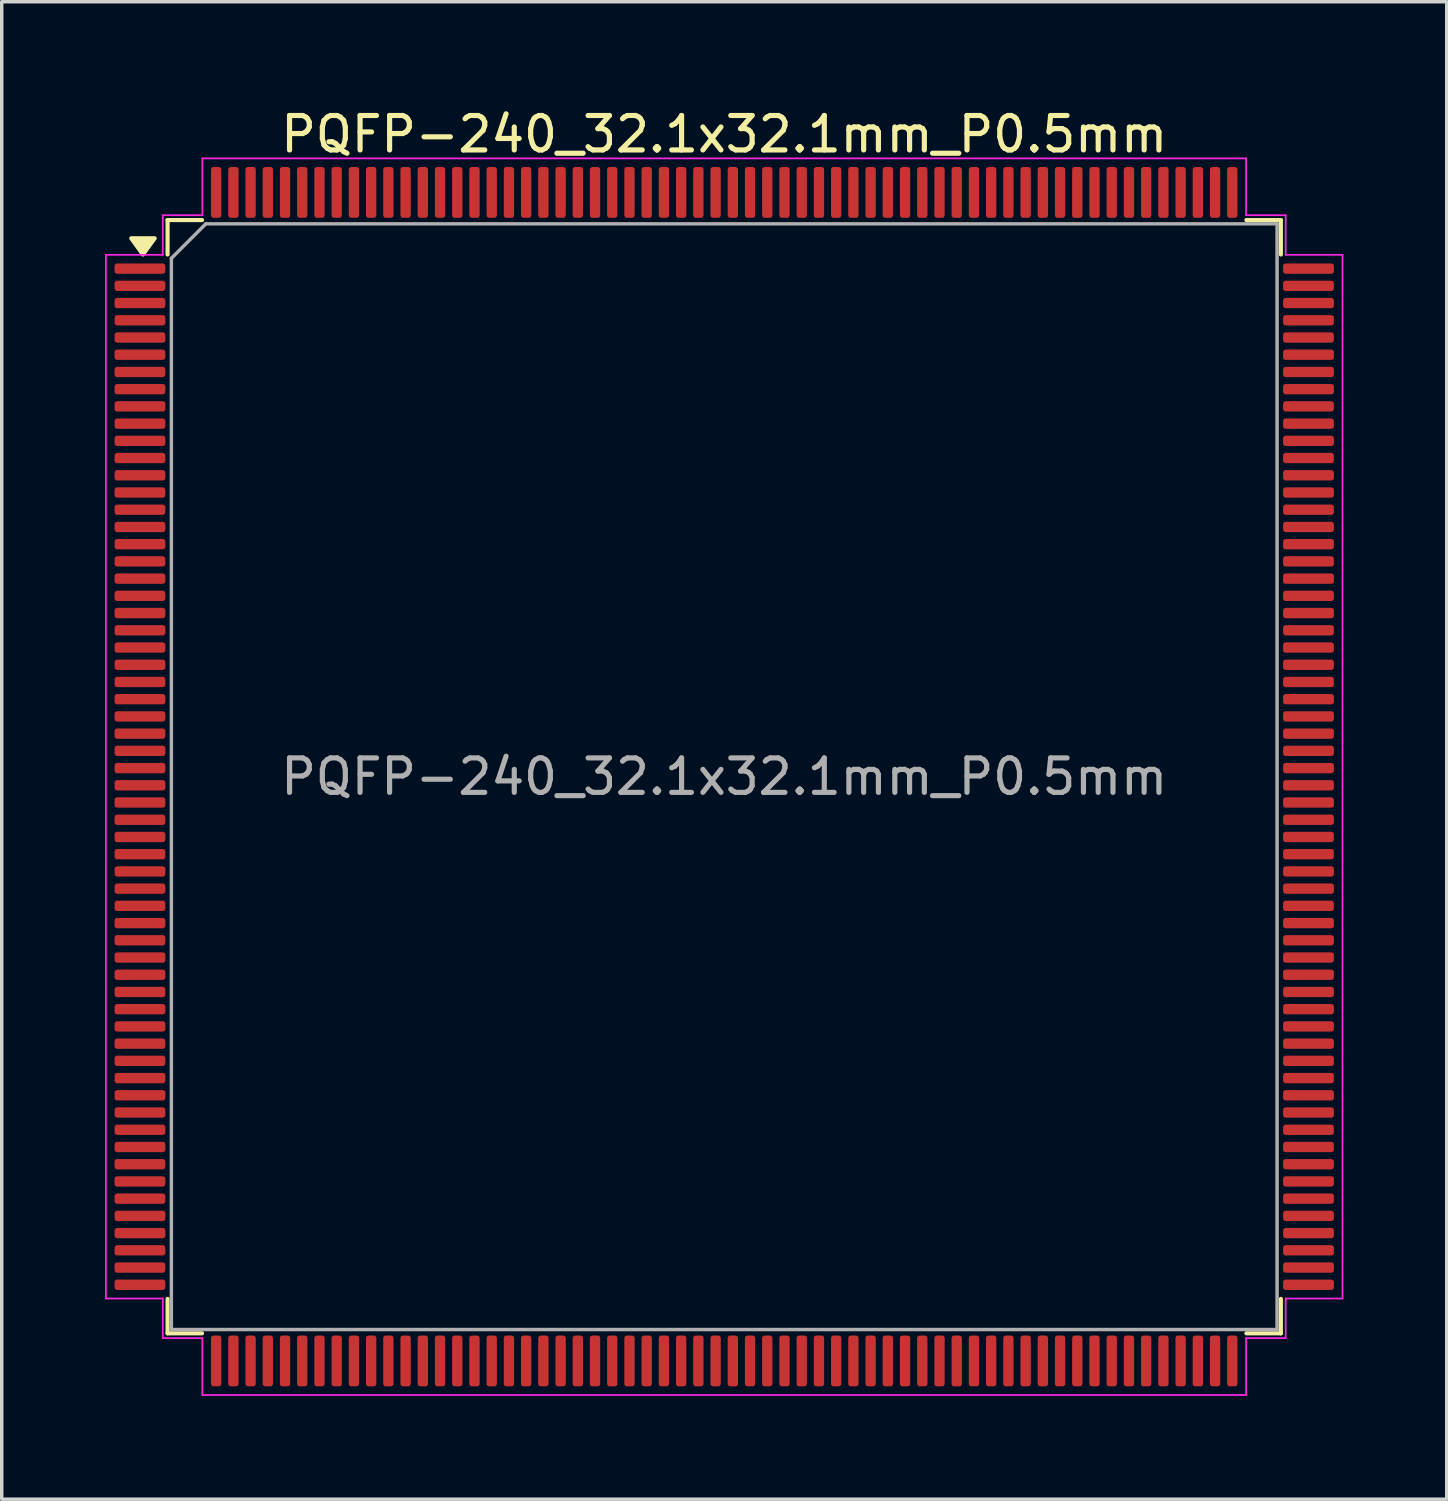
<source format=kicad_pcb>
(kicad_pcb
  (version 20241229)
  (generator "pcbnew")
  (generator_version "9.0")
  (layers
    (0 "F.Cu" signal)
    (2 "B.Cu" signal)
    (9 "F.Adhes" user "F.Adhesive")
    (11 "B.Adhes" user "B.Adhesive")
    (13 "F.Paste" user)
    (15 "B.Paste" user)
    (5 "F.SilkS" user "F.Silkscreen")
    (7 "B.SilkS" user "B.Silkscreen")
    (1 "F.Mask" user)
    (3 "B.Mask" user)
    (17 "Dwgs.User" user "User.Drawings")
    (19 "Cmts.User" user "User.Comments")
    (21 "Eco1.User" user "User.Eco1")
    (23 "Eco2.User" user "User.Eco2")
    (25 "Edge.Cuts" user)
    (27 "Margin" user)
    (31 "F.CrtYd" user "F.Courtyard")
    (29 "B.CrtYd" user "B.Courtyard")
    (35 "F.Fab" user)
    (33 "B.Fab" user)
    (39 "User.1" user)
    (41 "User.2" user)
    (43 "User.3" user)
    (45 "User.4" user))
  (footprint "PQFP-240_32.1x32.1mm_P0.5mm"
    (layer "F.Cu")
    (at 17.975 19.498)
    (property "Reference" "PQFP-240_32.1x32.1mm_P0.5mm" (at 0 -18.65 0) (layer "F.SilkS") (effects (font (size 1 1) (thickness 0.15))))
    (attr smd)
    (fp_line (start -16.16 -16.16) (end -16.16 -15.16) (stroke (width 0.12) (type solid)) (layer "F.SilkS"))
    (fp_line (start -16.16 16.16) (end -16.16 15.16) (stroke (width 0.12) (type solid)) (layer "F.SilkS"))
    (fp_line (start -15.16 -16.16) (end -16.16 -16.16) (stroke (width 0.12) (type solid)) (layer "F.SilkS"))
    (fp_line (start -15.16 16.16) (end -16.16 16.16) (stroke (width 0.12) (type solid)) (layer "F.SilkS"))
    (fp_line (start 15.16 -16.16) (end 16.16 -16.16) (stroke (width 0.12) (type solid)) (layer "F.SilkS"))
    (fp_line (start 15.16 16.16) (end 16.16 16.16) (stroke (width 0.12) (type solid)) (layer "F.SilkS"))
    (fp_line (start 16.16 -16.16) (end 16.16 -15.16) (stroke (width 0.12) (type solid)) (layer "F.SilkS"))
    (fp_line (start 16.16 16.16) (end 16.16 15.16) (stroke (width 0.12) (type solid)) (layer "F.SilkS"))
    (fp_poly (pts (xy -16.875 -15.16) (xy -17.215 -15.63) (xy -16.535 -15.63)) (stroke (width 0.12) (type solid)) (fill yes) (layer "F.SilkS"))
    (fp_line (start -17.95 -15.15) (end -16.3 -15.15) (stroke (width 0.05) (type solid)) (layer "F.CrtYd"))
    (fp_line (start -17.95 15.15) (end -17.95 -15.15) (stroke (width 0.05) (type solid)) (layer "F.CrtYd"))
    (fp_line (start -16.3 -16.3) (end -15.15 -16.3) (stroke (width 0.05) (type solid)) (layer "F.CrtYd"))
    (fp_line (start -16.3 -15.15) (end -16.3 -16.3) (stroke (width 0.05) (type solid)) (layer "F.CrtYd"))
    (fp_line (start -16.3 15.15) (end -17.95 15.15) (stroke (width 0.05) (type solid)) (layer "F.CrtYd"))
    (fp_line (start -16.3 16.3) (end -16.3 15.15) (stroke (width 0.05) (type solid)) (layer "F.CrtYd"))
    (fp_line (start -15.15 -17.95) (end 15.15 -17.95) (stroke (width 0.05) (type solid)) (layer "F.CrtYd"))
    (fp_line (start -15.15 -16.3) (end -15.15 -17.95) (stroke (width 0.05) (type solid)) (layer "F.CrtYd"))
    (fp_line (start -15.15 16.3) (end -16.3 16.3) (stroke (width 0.05) (type solid)) (layer "F.CrtYd"))
    (fp_line (start -15.15 17.95) (end -15.15 16.3) (stroke (width 0.05) (type solid)) (layer "F.CrtYd"))
    (fp_line (start 15.15 -17.95) (end 15.15 -16.3) (stroke (width 0.05) (type solid)) (layer "F.CrtYd"))
    (fp_line (start 15.15 -16.3) (end 16.3 -16.3) (stroke (width 0.05) (type solid)) (layer "F.CrtYd"))
    (fp_line (start 15.15 16.3) (end 15.15 17.95) (stroke (width 0.05) (type solid)) (layer "F.CrtYd"))
    (fp_line (start 15.15 17.95) (end -15.15 17.95) (stroke (width 0.05) (type solid)) (layer "F.CrtYd"))
    (fp_line (start 16.3 -16.3) (end 16.3 -15.15) (stroke (width 0.05) (type solid)) (layer "F.CrtYd"))
    (fp_line (start 16.3 -15.15) (end 17.95 -15.15) (stroke (width 0.05) (type solid)) (layer "F.CrtYd"))
    (fp_line (start 16.3 15.15) (end 16.3 16.3) (stroke (width 0.05) (type solid)) (layer "F.CrtYd"))
    (fp_line (start 16.3 16.3) (end 15.15 16.3) (stroke (width 0.05) (type solid)) (layer "F.CrtYd"))
    (fp_line (start 17.95 -15.15) (end 17.95 15.15) (stroke (width 0.05) (type solid)) (layer "F.CrtYd"))
    (fp_line (start 17.95 15.15) (end 16.3 15.15) (stroke (width 0.05) (type solid)) (layer "F.CrtYd"))
    (fp_line (start -16.05 -15.05) (end -15.05 -16.05) (stroke (width 0.1) (type solid)) (layer "F.Fab"))
    (fp_line (start -16.05 16.05) (end -16.05 -15.05) (stroke (width 0.1) (type solid)) (layer "F.Fab"))
    (fp_line (start -15.05 -16.05) (end 16.05 -16.05) (stroke (width 0.1) (type solid)) (layer "F.Fab"))
    (fp_line (start 16.05 -16.05) (end 16.05 16.05) (stroke (width 0.1) (type solid)) (layer "F.Fab"))
    (fp_line (start 16.05 16.05) (end -16.05 16.05) (stroke (width 0.1) (type solid)) (layer "F.Fab"))
    (fp_text user "${REFERENCE}" (at 0 0 0) (layer "F.Fab") (effects (font (size 1 1) (thickness 0.15))))
    (pad "1" smd roundrect (at -16.962 -14.75) (size 1.475 0.3) (layers "F.Cu" "F.Mask" "F.Paste") (roundrect_rratio 0.25))
    (pad "2" smd roundrect (at -16.962 -14.25) (size 1.475 0.3) (layers "F.Cu" "F.Mask" "F.Paste") (roundrect_rratio 0.25))
    (pad "3" smd roundrect (at -16.962 -13.75) (size 1.475 0.3) (layers "F.Cu" "F.Mask" "F.Paste") (roundrect_rratio 0.25))
    (pad "4" smd roundrect (at -16.962 -13.25) (size 1.475 0.3) (layers "F.Cu" "F.Mask" "F.Paste") (roundrect_rratio 0.25))
    (pad "5" smd roundrect (at -16.962 -12.75) (size 1.475 0.3) (layers "F.Cu" "F.Mask" "F.Paste") (roundrect_rratio 0.25))
    (pad "6" smd roundrect (at -16.962 -12.25) (size 1.475 0.3) (layers "F.Cu" "F.Mask" "F.Paste") (roundrect_rratio 0.25))
    (pad "7" smd roundrect (at -16.962 -11.75) (size 1.475 0.3) (layers "F.Cu" "F.Mask" "F.Paste") (roundrect_rratio 0.25))
    (pad "8" smd roundrect (at -16.962 -11.25) (size 1.475 0.3) (layers "F.Cu" "F.Mask" "F.Paste") (roundrect_rratio 0.25))
    (pad "9" smd roundrect (at -16.962 -10.75) (size 1.475 0.3) (layers "F.Cu" "F.Mask" "F.Paste") (roundrect_rratio 0.25))
    (pad "10" smd roundrect (at -16.962 -10.25) (size 1.475 0.3) (layers "F.Cu" "F.Mask" "F.Paste") (roundrect_rratio 0.25))
    (pad "11" smd roundrect (at -16.962 -9.75) (size 1.475 0.3) (layers "F.Cu" "F.Mask" "F.Paste") (roundrect_rratio 0.25))
    (pad "12" smd roundrect (at -16.962 -9.25) (size 1.475 0.3) (layers "F.Cu" "F.Mask" "F.Paste") (roundrect_rratio 0.25))
    (pad "13" smd roundrect (at -16.962 -8.75) (size 1.475 0.3) (layers "F.Cu" "F.Mask" "F.Paste") (roundrect_rratio 0.25))
    (pad "14" smd roundrect (at -16.962 -8.25) (size 1.475 0.3) (layers "F.Cu" "F.Mask" "F.Paste") (roundrect_rratio 0.25))
    (pad "15" smd roundrect (at -16.962 -7.75) (size 1.475 0.3) (layers "F.Cu" "F.Mask" "F.Paste") (roundrect_rratio 0.25))
    (pad "16" smd roundrect (at -16.962 -7.25) (size 1.475 0.3) (layers "F.Cu" "F.Mask" "F.Paste") (roundrect_rratio 0.25))
    (pad "17" smd roundrect (at -16.962 -6.75) (size 1.475 0.3) (layers "F.Cu" "F.Mask" "F.Paste") (roundrect_rratio 0.25))
    (pad "18" smd roundrect (at -16.962 -6.25) (size 1.475 0.3) (layers "F.Cu" "F.Mask" "F.Paste") (roundrect_rratio 0.25))
    (pad "19" smd roundrect (at -16.962 -5.75) (size 1.475 0.3) (layers "F.Cu" "F.Mask" "F.Paste") (roundrect_rratio 0.25))
    (pad "20" smd roundrect (at -16.962 -5.25) (size 1.475 0.3) (layers "F.Cu" "F.Mask" "F.Paste") (roundrect_rratio 0.25))
    (pad "21" smd roundrect (at -16.962 -4.75) (size 1.475 0.3) (layers "F.Cu" "F.Mask" "F.Paste") (roundrect_rratio 0.25))
    (pad "22" smd roundrect (at -16.962 -4.25) (size 1.475 0.3) (layers "F.Cu" "F.Mask" "F.Paste") (roundrect_rratio 0.25))
    (pad "23" smd roundrect (at -16.962 -3.75) (size 1.475 0.3) (layers "F.Cu" "F.Mask" "F.Paste") (roundrect_rratio 0.25))
    (pad "24" smd roundrect (at -16.962 -3.25) (size 1.475 0.3) (layers "F.Cu" "F.Mask" "F.Paste") (roundrect_rratio 0.25))
    (pad "25" smd roundrect (at -16.962 -2.75) (size 1.475 0.3) (layers "F.Cu" "F.Mask" "F.Paste") (roundrect_rratio 0.25))
    (pad "26" smd roundrect (at -16.962 -2.25) (size 1.475 0.3) (layers "F.Cu" "F.Mask" "F.Paste") (roundrect_rratio 0.25))
    (pad "27" smd roundrect (at -16.962 -1.75) (size 1.475 0.3) (layers "F.Cu" "F.Mask" "F.Paste") (roundrect_rratio 0.25))
    (pad "28" smd roundrect (at -16.962 -1.25) (size 1.475 0.3) (layers "F.Cu" "F.Mask" "F.Paste") (roundrect_rratio 0.25))
    (pad "29" smd roundrect (at -16.962 -0.75) (size 1.475 0.3) (layers "F.Cu" "F.Mask" "F.Paste") (roundrect_rratio 0.25))
    (pad "30" smd roundrect (at -16.962 -0.25) (size 1.475 0.3) (layers "F.Cu" "F.Mask" "F.Paste") (roundrect_rratio 0.25))
    (pad "31" smd roundrect (at -16.962 0.25) (size 1.475 0.3) (layers "F.Cu" "F.Mask" "F.Paste") (roundrect_rratio 0.25))
    (pad "32" smd roundrect (at -16.962 0.75) (size 1.475 0.3) (layers "F.Cu" "F.Mask" "F.Paste") (roundrect_rratio 0.25))
    (pad "33" smd roundrect (at -16.962 1.25) (size 1.475 0.3) (layers "F.Cu" "F.Mask" "F.Paste") (roundrect_rratio 0.25))
    (pad "34" smd roundrect (at -16.962 1.75) (size 1.475 0.3) (layers "F.Cu" "F.Mask" "F.Paste") (roundrect_rratio 0.25))
    (pad "35" smd roundrect (at -16.962 2.25) (size 1.475 0.3) (layers "F.Cu" "F.Mask" "F.Paste") (roundrect_rratio 0.25))
    (pad "36" smd roundrect (at -16.962 2.75) (size 1.475 0.3) (layers "F.Cu" "F.Mask" "F.Paste") (roundrect_rratio 0.25))
    (pad "37" smd roundrect (at -16.962 3.25) (size 1.475 0.3) (layers "F.Cu" "F.Mask" "F.Paste") (roundrect_rratio 0.25))
    (pad "38" smd roundrect (at -16.962 3.75) (size 1.475 0.3) (layers "F.Cu" "F.Mask" "F.Paste") (roundrect_rratio 0.25))
    (pad "39" smd roundrect (at -16.962 4.25) (size 1.475 0.3) (layers "F.Cu" "F.Mask" "F.Paste") (roundrect_rratio 0.25))
    (pad "40" smd roundrect (at -16.962 4.75) (size 1.475 0.3) (layers "F.Cu" "F.Mask" "F.Paste") (roundrect_rratio 0.25))
    (pad "41" smd roundrect (at -16.962 5.25) (size 1.475 0.3) (layers "F.Cu" "F.Mask" "F.Paste") (roundrect_rratio 0.25))
    (pad "42" smd roundrect (at -16.962 5.75) (size 1.475 0.3) (layers "F.Cu" "F.Mask" "F.Paste") (roundrect_rratio 0.25))
    (pad "43" smd roundrect (at -16.962 6.25) (size 1.475 0.3) (layers "F.Cu" "F.Mask" "F.Paste") (roundrect_rratio 0.25))
    (pad "44" smd roundrect (at -16.962 6.75) (size 1.475 0.3) (layers "F.Cu" "F.Mask" "F.Paste") (roundrect_rratio 0.25))
    (pad "45" smd roundrect (at -16.962 7.25) (size 1.475 0.3) (layers "F.Cu" "F.Mask" "F.Paste") (roundrect_rratio 0.25))
    (pad "46" smd roundrect (at -16.962 7.75) (size 1.475 0.3) (layers "F.Cu" "F.Mask" "F.Paste") (roundrect_rratio 0.25))
    (pad "47" smd roundrect (at -16.962 8.25) (size 1.475 0.3) (layers "F.Cu" "F.Mask" "F.Paste") (roundrect_rratio 0.25))
    (pad "48" smd roundrect (at -16.962 8.75) (size 1.475 0.3) (layers "F.Cu" "F.Mask" "F.Paste") (roundrect_rratio 0.25))
    (pad "49" smd roundrect (at -16.962 9.25) (size 1.475 0.3) (layers "F.Cu" "F.Mask" "F.Paste") (roundrect_rratio 0.25))
    (pad "50" smd roundrect (at -16.962 9.75) (size 1.475 0.3) (layers "F.Cu" "F.Mask" "F.Paste") (roundrect_rratio 0.25))
    (pad "51" smd roundrect (at -16.962 10.25) (size 1.475 0.3) (layers "F.Cu" "F.Mask" "F.Paste") (roundrect_rratio 0.25))
    (pad "52" smd roundrect (at -16.962 10.75) (size 1.475 0.3) (layers "F.Cu" "F.Mask" "F.Paste") (roundrect_rratio 0.25))
    (pad "53" smd roundrect (at -16.962 11.25) (size 1.475 0.3) (layers "F.Cu" "F.Mask" "F.Paste") (roundrect_rratio 0.25))
    (pad "54" smd roundrect (at -16.962 11.75) (size 1.475 0.3) (layers "F.Cu" "F.Mask" "F.Paste") (roundrect_rratio 0.25))
    (pad "55" smd roundrect (at -16.962 12.25) (size 1.475 0.3) (layers "F.Cu" "F.Mask" "F.Paste") (roundrect_rratio 0.25))
    (pad "56" smd roundrect (at -16.962 12.75) (size 1.475 0.3) (layers "F.Cu" "F.Mask" "F.Paste") (roundrect_rratio 0.25))
    (pad "57" smd roundrect (at -16.962 13.25) (size 1.475 0.3) (layers "F.Cu" "F.Mask" "F.Paste") (roundrect_rratio 0.25))
    (pad "58" smd roundrect (at -16.962 13.75) (size 1.475 0.3) (layers "F.Cu" "F.Mask" "F.Paste") (roundrect_rratio 0.25))
    (pad "59" smd roundrect (at -16.962 14.25) (size 1.475 0.3) (layers "F.Cu" "F.Mask" "F.Paste") (roundrect_rratio 0.25))
    (pad "60" smd roundrect (at -16.962 14.75) (size 1.475 0.3) (layers "F.Cu" "F.Mask" "F.Paste") (roundrect_rratio 0.25))
    (pad "61" smd roundrect (at -14.75 16.962) (size 0.3 1.475) (layers "F.Cu" "F.Mask" "F.Paste") (roundrect_rratio 0.25))
    (pad "62" smd roundrect (at -14.25 16.962) (size 0.3 1.475) (layers "F.Cu" "F.Mask" "F.Paste") (roundrect_rratio 0.25))
    (pad "63" smd roundrect (at -13.75 16.962) (size 0.3 1.475) (layers "F.Cu" "F.Mask" "F.Paste") (roundrect_rratio 0.25))
    (pad "64" smd roundrect (at -13.25 16.962) (size 0.3 1.475) (layers "F.Cu" "F.Mask" "F.Paste") (roundrect_rratio 0.25))
    (pad "65" smd roundrect (at -12.75 16.962) (size 0.3 1.475) (layers "F.Cu" "F.Mask" "F.Paste") (roundrect_rratio 0.25))
    (pad "66" smd roundrect (at -12.25 16.962) (size 0.3 1.475) (layers "F.Cu" "F.Mask" "F.Paste") (roundrect_rratio 0.25))
    (pad "67" smd roundrect (at -11.75 16.962) (size 0.3 1.475) (layers "F.Cu" "F.Mask" "F.Paste") (roundrect_rratio 0.25))
    (pad "68" smd roundrect (at -11.25 16.962) (size 0.3 1.475) (layers "F.Cu" "F.Mask" "F.Paste") (roundrect_rratio 0.25))
    (pad "69" smd roundrect (at -10.75 16.962) (size 0.3 1.475) (layers "F.Cu" "F.Mask" "F.Paste") (roundrect_rratio 0.25))
    (pad "70" smd roundrect (at -10.25 16.962) (size 0.3 1.475) (layers "F.Cu" "F.Mask" "F.Paste") (roundrect_rratio 0.25))
    (pad "71" smd roundrect (at -9.75 16.962) (size 0.3 1.475) (layers "F.Cu" "F.Mask" "F.Paste") (roundrect_rratio 0.25))
    (pad "72" smd roundrect (at -9.25 16.962) (size 0.3 1.475) (layers "F.Cu" "F.Mask" "F.Paste") (roundrect_rratio 0.25))
    (pad "73" smd roundrect (at -8.75 16.962) (size 0.3 1.475) (layers "F.Cu" "F.Mask" "F.Paste") (roundrect_rratio 0.25))
    (pad "74" smd roundrect (at -8.25 16.962) (size 0.3 1.475) (layers "F.Cu" "F.Mask" "F.Paste") (roundrect_rratio 0.25))
    (pad "75" smd roundrect (at -7.75 16.962) (size 0.3 1.475) (layers "F.Cu" "F.Mask" "F.Paste") (roundrect_rratio 0.25))
    (pad "76" smd roundrect (at -7.25 16.962) (size 0.3 1.475) (layers "F.Cu" "F.Mask" "F.Paste") (roundrect_rratio 0.25))
    (pad "77" smd roundrect (at -6.75 16.962) (size 0.3 1.475) (layers "F.Cu" "F.Mask" "F.Paste") (roundrect_rratio 0.25))
    (pad "78" smd roundrect (at -6.25 16.962) (size 0.3 1.475) (layers "F.Cu" "F.Mask" "F.Paste") (roundrect_rratio 0.25))
    (pad "79" smd roundrect (at -5.75 16.962) (size 0.3 1.475) (layers "F.Cu" "F.Mask" "F.Paste") (roundrect_rratio 0.25))
    (pad "80" smd roundrect (at -5.25 16.962) (size 0.3 1.475) (layers "F.Cu" "F.Mask" "F.Paste") (roundrect_rratio 0.25))
    (pad "81" smd roundrect (at -4.75 16.962) (size 0.3 1.475) (layers "F.Cu" "F.Mask" "F.Paste") (roundrect_rratio 0.25))
    (pad "82" smd roundrect (at -4.25 16.962) (size 0.3 1.475) (layers "F.Cu" "F.Mask" "F.Paste") (roundrect_rratio 0.25))
    (pad "83" smd roundrect (at -3.75 16.962) (size 0.3 1.475) (layers "F.Cu" "F.Mask" "F.Paste") (roundrect_rratio 0.25))
    (pad "84" smd roundrect (at -3.25 16.962) (size 0.3 1.475) (layers "F.Cu" "F.Mask" "F.Paste") (roundrect_rratio 0.25))
    (pad "85" smd roundrect (at -2.75 16.962) (size 0.3 1.475) (layers "F.Cu" "F.Mask" "F.Paste") (roundrect_rratio 0.25))
    (pad "86" smd roundrect (at -2.25 16.962) (size 0.3 1.475) (layers "F.Cu" "F.Mask" "F.Paste") (roundrect_rratio 0.25))
    (pad "87" smd roundrect (at -1.75 16.962) (size 0.3 1.475) (layers "F.Cu" "F.Mask" "F.Paste") (roundrect_rratio 0.25))
    (pad "88" smd roundrect (at -1.25 16.962) (size 0.3 1.475) (layers "F.Cu" "F.Mask" "F.Paste") (roundrect_rratio 0.25))
    (pad "89" smd roundrect (at -0.75 16.962) (size 0.3 1.475) (layers "F.Cu" "F.Mask" "F.Paste") (roundrect_rratio 0.25))
    (pad "90" smd roundrect (at -0.25 16.962) (size 0.3 1.475) (layers "F.Cu" "F.Mask" "F.Paste") (roundrect_rratio 0.25))
    (pad "91" smd roundrect (at 0.25 16.962) (size 0.3 1.475) (layers "F.Cu" "F.Mask" "F.Paste") (roundrect_rratio 0.25))
    (pad "92" smd roundrect (at 0.75 16.962) (size 0.3 1.475) (layers "F.Cu" "F.Mask" "F.Paste") (roundrect_rratio 0.25))
    (pad "93" smd roundrect (at 1.25 16.962) (size 0.3 1.475) (layers "F.Cu" "F.Mask" "F.Paste") (roundrect_rratio 0.25))
    (pad "94" smd roundrect (at 1.75 16.962) (size 0.3 1.475) (layers "F.Cu" "F.Mask" "F.Paste") (roundrect_rratio 0.25))
    (pad "95" smd roundrect (at 2.25 16.962) (size 0.3 1.475) (layers "F.Cu" "F.Mask" "F.Paste") (roundrect_rratio 0.25))
    (pad "96" smd roundrect (at 2.75 16.962) (size 0.3 1.475) (layers "F.Cu" "F.Mask" "F.Paste") (roundrect_rratio 0.25))
    (pad "97" smd roundrect (at 3.25 16.962) (size 0.3 1.475) (layers "F.Cu" "F.Mask" "F.Paste") (roundrect_rratio 0.25))
    (pad "98" smd roundrect (at 3.75 16.962) (size 0.3 1.475) (layers "F.Cu" "F.Mask" "F.Paste") (roundrect_rratio 0.25))
    (pad "99" smd roundrect (at 4.25 16.962) (size 0.3 1.475) (layers "F.Cu" "F.Mask" "F.Paste") (roundrect_rratio 0.25))
    (pad "100" smd roundrect (at 4.75 16.962) (size 0.3 1.475) (layers "F.Cu" "F.Mask" "F.Paste") (roundrect_rratio 0.25))
    (pad "101" smd roundrect (at 5.25 16.962) (size 0.3 1.475) (layers "F.Cu" "F.Mask" "F.Paste") (roundrect_rratio 0.25))
    (pad "102" smd roundrect (at 5.75 16.962) (size 0.3 1.475) (layers "F.Cu" "F.Mask" "F.Paste") (roundrect_rratio 0.25))
    (pad "103" smd roundrect (at 6.25 16.962) (size 0.3 1.475) (layers "F.Cu" "F.Mask" "F.Paste") (roundrect_rratio 0.25))
    (pad "104" smd roundrect (at 6.75 16.962) (size 0.3 1.475) (layers "F.Cu" "F.Mask" "F.Paste") (roundrect_rratio 0.25))
    (pad "105" smd roundrect (at 7.25 16.962) (size 0.3 1.475) (layers "F.Cu" "F.Mask" "F.Paste") (roundrect_rratio 0.25))
    (pad "106" smd roundrect (at 7.75 16.962) (size 0.3 1.475) (layers "F.Cu" "F.Mask" "F.Paste") (roundrect_rratio 0.25))
    (pad "107" smd roundrect (at 8.25 16.962) (size 0.3 1.475) (layers "F.Cu" "F.Mask" "F.Paste") (roundrect_rratio 0.25))
    (pad "108" smd roundrect (at 8.75 16.962) (size 0.3 1.475) (layers "F.Cu" "F.Mask" "F.Paste") (roundrect_rratio 0.25))
    (pad "109" smd roundrect (at 9.25 16.962) (size 0.3 1.475) (layers "F.Cu" "F.Mask" "F.Paste") (roundrect_rratio 0.25))
    (pad "110" smd roundrect (at 9.75 16.962) (size 0.3 1.475) (layers "F.Cu" "F.Mask" "F.Paste") (roundrect_rratio 0.25))
    (pad "111" smd roundrect (at 10.25 16.962) (size 0.3 1.475) (layers "F.Cu" "F.Mask" "F.Paste") (roundrect_rratio 0.25))
    (pad "112" smd roundrect (at 10.75 16.962) (size 0.3 1.475) (layers "F.Cu" "F.Mask" "F.Paste") (roundrect_rratio 0.25))
    (pad "113" smd roundrect (at 11.25 16.962) (size 0.3 1.475) (layers "F.Cu" "F.Mask" "F.Paste") (roundrect_rratio 0.25))
    (pad "114" smd roundrect (at 11.75 16.962) (size 0.3 1.475) (layers "F.Cu" "F.Mask" "F.Paste") (roundrect_rratio 0.25))
    (pad "115" smd roundrect (at 12.25 16.962) (size 0.3 1.475) (layers "F.Cu" "F.Mask" "F.Paste") (roundrect_rratio 0.25))
    (pad "116" smd roundrect (at 12.75 16.962) (size 0.3 1.475) (layers "F.Cu" "F.Mask" "F.Paste") (roundrect_rratio 0.25))
    (pad "117" smd roundrect (at 13.25 16.962) (size 0.3 1.475) (layers "F.Cu" "F.Mask" "F.Paste") (roundrect_rratio 0.25))
    (pad "118" smd roundrect (at 13.75 16.962) (size 0.3 1.475) (layers "F.Cu" "F.Mask" "F.Paste") (roundrect_rratio 0.25))
    (pad "119" smd roundrect (at 14.25 16.962) (size 0.3 1.475) (layers "F.Cu" "F.Mask" "F.Paste") (roundrect_rratio 0.25))
    (pad "120" smd roundrect (at 14.75 16.962) (size 0.3 1.475) (layers "F.Cu" "F.Mask" "F.Paste") (roundrect_rratio 0.25))
    (pad "121" smd roundrect (at 16.962 14.75) (size 1.475 0.3) (layers "F.Cu" "F.Mask" "F.Paste") (roundrect_rratio 0.25))
    (pad "122" smd roundrect (at 16.962 14.25) (size 1.475 0.3) (layers "F.Cu" "F.Mask" "F.Paste") (roundrect_rratio 0.25))
    (pad "123" smd roundrect (at 16.962 13.75) (size 1.475 0.3) (layers "F.Cu" "F.Mask" "F.Paste") (roundrect_rratio 0.25))
    (pad "124" smd roundrect (at 16.962 13.25) (size 1.475 0.3) (layers "F.Cu" "F.Mask" "F.Paste") (roundrect_rratio 0.25))
    (pad "125" smd roundrect (at 16.962 12.75) (size 1.475 0.3) (layers "F.Cu" "F.Mask" "F.Paste") (roundrect_rratio 0.25))
    (pad "126" smd roundrect (at 16.962 12.25) (size 1.475 0.3) (layers "F.Cu" "F.Mask" "F.Paste") (roundrect_rratio 0.25))
    (pad "127" smd roundrect (at 16.962 11.75) (size 1.475 0.3) (layers "F.Cu" "F.Mask" "F.Paste") (roundrect_rratio 0.25))
    (pad "128" smd roundrect (at 16.962 11.25) (size 1.475 0.3) (layers "F.Cu" "F.Mask" "F.Paste") (roundrect_rratio 0.25))
    (pad "129" smd roundrect (at 16.962 10.75) (size 1.475 0.3) (layers "F.Cu" "F.Mask" "F.Paste") (roundrect_rratio 0.25))
    (pad "130" smd roundrect (at 16.962 10.25) (size 1.475 0.3) (layers "F.Cu" "F.Mask" "F.Paste") (roundrect_rratio 0.25))
    (pad "131" smd roundrect (at 16.962 9.75) (size 1.475 0.3) (layers "F.Cu" "F.Mask" "F.Paste") (roundrect_rratio 0.25))
    (pad "132" smd roundrect (at 16.962 9.25) (size 1.475 0.3) (layers "F.Cu" "F.Mask" "F.Paste") (roundrect_rratio 0.25))
    (pad "133" smd roundrect (at 16.962 8.75) (size 1.475 0.3) (layers "F.Cu" "F.Mask" "F.Paste") (roundrect_rratio 0.25))
    (pad "134" smd roundrect (at 16.962 8.25) (size 1.475 0.3) (layers "F.Cu" "F.Mask" "F.Paste") (roundrect_rratio 0.25))
    (pad "135" smd roundrect (at 16.962 7.75) (size 1.475 0.3) (layers "F.Cu" "F.Mask" "F.Paste") (roundrect_rratio 0.25))
    (pad "136" smd roundrect (at 16.962 7.25) (size 1.475 0.3) (layers "F.Cu" "F.Mask" "F.Paste") (roundrect_rratio 0.25))
    (pad "137" smd roundrect (at 16.962 6.75) (size 1.475 0.3) (layers "F.Cu" "F.Mask" "F.Paste") (roundrect_rratio 0.25))
    (pad "138" smd roundrect (at 16.962 6.25) (size 1.475 0.3) (layers "F.Cu" "F.Mask" "F.Paste") (roundrect_rratio 0.25))
    (pad "139" smd roundrect (at 16.962 5.75) (size 1.475 0.3) (layers "F.Cu" "F.Mask" "F.Paste") (roundrect_rratio 0.25))
    (pad "140" smd roundrect (at 16.962 5.25) (size 1.475 0.3) (layers "F.Cu" "F.Mask" "F.Paste") (roundrect_rratio 0.25))
    (pad "141" smd roundrect (at 16.962 4.75) (size 1.475 0.3) (layers "F.Cu" "F.Mask" "F.Paste") (roundrect_rratio 0.25))
    (pad "142" smd roundrect (at 16.962 4.25) (size 1.475 0.3) (layers "F.Cu" "F.Mask" "F.Paste") (roundrect_rratio 0.25))
    (pad "143" smd roundrect (at 16.962 3.75) (size 1.475 0.3) (layers "F.Cu" "F.Mask" "F.Paste") (roundrect_rratio 0.25))
    (pad "144" smd roundrect (at 16.962 3.25) (size 1.475 0.3) (layers "F.Cu" "F.Mask" "F.Paste") (roundrect_rratio 0.25))
    (pad "145" smd roundrect (at 16.962 2.75) (size 1.475 0.3) (layers "F.Cu" "F.Mask" "F.Paste") (roundrect_rratio 0.25))
    (pad "146" smd roundrect (at 16.962 2.25) (size 1.475 0.3) (layers "F.Cu" "F.Mask" "F.Paste") (roundrect_rratio 0.25))
    (pad "147" smd roundrect (at 16.962 1.75) (size 1.475 0.3) (layers "F.Cu" "F.Mask" "F.Paste") (roundrect_rratio 0.25))
    (pad "148" smd roundrect (at 16.962 1.25) (size 1.475 0.3) (layers "F.Cu" "F.Mask" "F.Paste") (roundrect_rratio 0.25))
    (pad "149" smd roundrect (at 16.962 0.75) (size 1.475 0.3) (layers "F.Cu" "F.Mask" "F.Paste") (roundrect_rratio 0.25))
    (pad "150" smd roundrect (at 16.962 0.25) (size 1.475 0.3) (layers "F.Cu" "F.Mask" "F.Paste") (roundrect_rratio 0.25))
    (pad "151" smd roundrect (at 16.962 -0.25) (size 1.475 0.3) (layers "F.Cu" "F.Mask" "F.Paste") (roundrect_rratio 0.25))
    (pad "152" smd roundrect (at 16.962 -0.75) (size 1.475 0.3) (layers "F.Cu" "F.Mask" "F.Paste") (roundrect_rratio 0.25))
    (pad "153" smd roundrect (at 16.962 -1.25) (size 1.475 0.3) (layers "F.Cu" "F.Mask" "F.Paste") (roundrect_rratio 0.25))
    (pad "154" smd roundrect (at 16.962 -1.75) (size 1.475 0.3) (layers "F.Cu" "F.Mask" "F.Paste") (roundrect_rratio 0.25))
    (pad "155" smd roundrect (at 16.962 -2.25) (size 1.475 0.3) (layers "F.Cu" "F.Mask" "F.Paste") (roundrect_rratio 0.25))
    (pad "156" smd roundrect (at 16.962 -2.75) (size 1.475 0.3) (layers "F.Cu" "F.Mask" "F.Paste") (roundrect_rratio 0.25))
    (pad "157" smd roundrect (at 16.962 -3.25) (size 1.475 0.3) (layers "F.Cu" "F.Mask" "F.Paste") (roundrect_rratio 0.25))
    (pad "158" smd roundrect (at 16.962 -3.75) (size 1.475 0.3) (layers "F.Cu" "F.Mask" "F.Paste") (roundrect_rratio 0.25))
    (pad "159" smd roundrect (at 16.962 -4.25) (size 1.475 0.3) (layers "F.Cu" "F.Mask" "F.Paste") (roundrect_rratio 0.25))
    (pad "160" smd roundrect (at 16.962 -4.75) (size 1.475 0.3) (layers "F.Cu" "F.Mask" "F.Paste") (roundrect_rratio 0.25))
    (pad "161" smd roundrect (at 16.962 -5.25) (size 1.475 0.3) (layers "F.Cu" "F.Mask" "F.Paste") (roundrect_rratio 0.25))
    (pad "162" smd roundrect (at 16.962 -5.75) (size 1.475 0.3) (layers "F.Cu" "F.Mask" "F.Paste") (roundrect_rratio 0.25))
    (pad "163" smd roundrect (at 16.962 -6.25) (size 1.475 0.3) (layers "F.Cu" "F.Mask" "F.Paste") (roundrect_rratio 0.25))
    (pad "164" smd roundrect (at 16.962 -6.75) (size 1.475 0.3) (layers "F.Cu" "F.Mask" "F.Paste") (roundrect_rratio 0.25))
    (pad "165" smd roundrect (at 16.962 -7.25) (size 1.475 0.3) (layers "F.Cu" "F.Mask" "F.Paste") (roundrect_rratio 0.25))
    (pad "166" smd roundrect (at 16.962 -7.75) (size 1.475 0.3) (layers "F.Cu" "F.Mask" "F.Paste") (roundrect_rratio 0.25))
    (pad "167" smd roundrect (at 16.962 -8.25) (size 1.475 0.3) (layers "F.Cu" "F.Mask" "F.Paste") (roundrect_rratio 0.25))
    (pad "168" smd roundrect (at 16.962 -8.75) (size 1.475 0.3) (layers "F.Cu" "F.Mask" "F.Paste") (roundrect_rratio 0.25))
    (pad "169" smd roundrect (at 16.962 -9.25) (size 1.475 0.3) (layers "F.Cu" "F.Mask" "F.Paste") (roundrect_rratio 0.25))
    (pad "170" smd roundrect (at 16.962 -9.75) (size 1.475 0.3) (layers "F.Cu" "F.Mask" "F.Paste") (roundrect_rratio 0.25))
    (pad "171" smd roundrect (at 16.962 -10.25) (size 1.475 0.3) (layers "F.Cu" "F.Mask" "F.Paste") (roundrect_rratio 0.25))
    (pad "172" smd roundrect (at 16.962 -10.75) (size 1.475 0.3) (layers "F.Cu" "F.Mask" "F.Paste") (roundrect_rratio 0.25))
    (pad "173" smd roundrect (at 16.962 -11.25) (size 1.475 0.3) (layers "F.Cu" "F.Mask" "F.Paste") (roundrect_rratio 0.25))
    (pad "174" smd roundrect (at 16.962 -11.75) (size 1.475 0.3) (layers "F.Cu" "F.Mask" "F.Paste") (roundrect_rratio 0.25))
    (pad "175" smd roundrect (at 16.962 -12.25) (size 1.475 0.3) (layers "F.Cu" "F.Mask" "F.Paste") (roundrect_rratio 0.25))
    (pad "176" smd roundrect (at 16.962 -12.75) (size 1.475 0.3) (layers "F.Cu" "F.Mask" "F.Paste") (roundrect_rratio 0.25))
    (pad "177" smd roundrect (at 16.962 -13.25) (size 1.475 0.3) (layers "F.Cu" "F.Mask" "F.Paste") (roundrect_rratio 0.25))
    (pad "178" smd roundrect (at 16.962 -13.75) (size 1.475 0.3) (layers "F.Cu" "F.Mask" "F.Paste") (roundrect_rratio 0.25))
    (pad "179" smd roundrect (at 16.962 -14.25) (size 1.475 0.3) (layers "F.Cu" "F.Mask" "F.Paste") (roundrect_rratio 0.25))
    (pad "180" smd roundrect (at 16.962 -14.75) (size 1.475 0.3) (layers "F.Cu" "F.Mask" "F.Paste") (roundrect_rratio 0.25))
    (pad "181" smd roundrect (at 14.75 -16.962) (size 0.3 1.475) (layers "F.Cu" "F.Mask" "F.Paste") (roundrect_rratio 0.25))
    (pad "182" smd roundrect (at 14.25 -16.962) (size 0.3 1.475) (layers "F.Cu" "F.Mask" "F.Paste") (roundrect_rratio 0.25))
    (pad "183" smd roundrect (at 13.75 -16.962) (size 0.3 1.475) (layers "F.Cu" "F.Mask" "F.Paste") (roundrect_rratio 0.25))
    (pad "184" smd roundrect (at 13.25 -16.962) (size 0.3 1.475) (layers "F.Cu" "F.Mask" "F.Paste") (roundrect_rratio 0.25))
    (pad "185" smd roundrect (at 12.75 -16.962) (size 0.3 1.475) (layers "F.Cu" "F.Mask" "F.Paste") (roundrect_rratio 0.25))
    (pad "186" smd roundrect (at 12.25 -16.962) (size 0.3 1.475) (layers "F.Cu" "F.Mask" "F.Paste") (roundrect_rratio 0.25))
    (pad "187" smd roundrect (at 11.75 -16.962) (size 0.3 1.475) (layers "F.Cu" "F.Mask" "F.Paste") (roundrect_rratio 0.25))
    (pad "188" smd roundrect (at 11.25 -16.962) (size 0.3 1.475) (layers "F.Cu" "F.Mask" "F.Paste") (roundrect_rratio 0.25))
    (pad "189" smd roundrect (at 10.75 -16.962) (size 0.3 1.475) (layers "F.Cu" "F.Mask" "F.Paste") (roundrect_rratio 0.25))
    (pad "190" smd roundrect (at 10.25 -16.962) (size 0.3 1.475) (layers "F.Cu" "F.Mask" "F.Paste") (roundrect_rratio 0.25))
    (pad "191" smd roundrect (at 9.75 -16.962) (size 0.3 1.475) (layers "F.Cu" "F.Mask" "F.Paste") (roundrect_rratio 0.25))
    (pad "192" smd roundrect (at 9.25 -16.962) (size 0.3 1.475) (layers "F.Cu" "F.Mask" "F.Paste") (roundrect_rratio 0.25))
    (pad "193" smd roundrect (at 8.75 -16.962) (size 0.3 1.475) (layers "F.Cu" "F.Mask" "F.Paste") (roundrect_rratio 0.25))
    (pad "194" smd roundrect (at 8.25 -16.962) (size 0.3 1.475) (layers "F.Cu" "F.Mask" "F.Paste") (roundrect_rratio 0.25))
    (pad "195" smd roundrect (at 7.75 -16.962) (size 0.3 1.475) (layers "F.Cu" "F.Mask" "F.Paste") (roundrect_rratio 0.25))
    (pad "196" smd roundrect (at 7.25 -16.962) (size 0.3 1.475) (layers "F.Cu" "F.Mask" "F.Paste") (roundrect_rratio 0.25))
    (pad "197" smd roundrect (at 6.75 -16.962) (size 0.3 1.475) (layers "F.Cu" "F.Mask" "F.Paste") (roundrect_rratio 0.25))
    (pad "198" smd roundrect (at 6.25 -16.962) (size 0.3 1.475) (layers "F.Cu" "F.Mask" "F.Paste") (roundrect_rratio 0.25))
    (pad "199" smd roundrect (at 5.75 -16.962) (size 0.3 1.475) (layers "F.Cu" "F.Mask" "F.Paste") (roundrect_rratio 0.25))
    (pad "200" smd roundrect (at 5.25 -16.962) (size 0.3 1.475) (layers "F.Cu" "F.Mask" "F.Paste") (roundrect_rratio 0.25))
    (pad "201" smd roundrect (at 4.75 -16.962) (size 0.3 1.475) (layers "F.Cu" "F.Mask" "F.Paste") (roundrect_rratio 0.25))
    (pad "202" smd roundrect (at 4.25 -16.962) (size 0.3 1.475) (layers "F.Cu" "F.Mask" "F.Paste") (roundrect_rratio 0.25))
    (pad "203" smd roundrect (at 3.75 -16.962) (size 0.3 1.475) (layers "F.Cu" "F.Mask" "F.Paste") (roundrect_rratio 0.25))
    (pad "204" smd roundrect (at 3.25 -16.962) (size 0.3 1.475) (layers "F.Cu" "F.Mask" "F.Paste") (roundrect_rratio 0.25))
    (pad "205" smd roundrect (at 2.75 -16.962) (size 0.3 1.475) (layers "F.Cu" "F.Mask" "F.Paste") (roundrect_rratio 0.25))
    (pad "206" smd roundrect (at 2.25 -16.962) (size 0.3 1.475) (layers "F.Cu" "F.Mask" "F.Paste") (roundrect_rratio 0.25))
    (pad "207" smd roundrect (at 1.75 -16.962) (size 0.3 1.475) (layers "F.Cu" "F.Mask" "F.Paste") (roundrect_rratio 0.25))
    (pad "208" smd roundrect (at 1.25 -16.962) (size 0.3 1.475) (layers "F.Cu" "F.Mask" "F.Paste") (roundrect_rratio 0.25))
    (pad "209" smd roundrect (at 0.75 -16.962) (size 0.3 1.475) (layers "F.Cu" "F.Mask" "F.Paste") (roundrect_rratio 0.25))
    (pad "210" smd roundrect (at 0.25 -16.962) (size 0.3 1.475) (layers "F.Cu" "F.Mask" "F.Paste") (roundrect_rratio 0.25))
    (pad "211" smd roundrect (at -0.25 -16.962) (size 0.3 1.475) (layers "F.Cu" "F.Mask" "F.Paste") (roundrect_rratio 0.25))
    (pad "212" smd roundrect (at -0.75 -16.962) (size 0.3 1.475) (layers "F.Cu" "F.Mask" "F.Paste") (roundrect_rratio 0.25))
    (pad "213" smd roundrect (at -1.25 -16.962) (size 0.3 1.475) (layers "F.Cu" "F.Mask" "F.Paste") (roundrect_rratio 0.25))
    (pad "214" smd roundrect (at -1.75 -16.962) (size 0.3 1.475) (layers "F.Cu" "F.Mask" "F.Paste") (roundrect_rratio 0.25))
    (pad "215" smd roundrect (at -2.25 -16.962) (size 0.3 1.475) (layers "F.Cu" "F.Mask" "F.Paste") (roundrect_rratio 0.25))
    (pad "216" smd roundrect (at -2.75 -16.962) (size 0.3 1.475) (layers "F.Cu" "F.Mask" "F.Paste") (roundrect_rratio 0.25))
    (pad "217" smd roundrect (at -3.25 -16.962) (size 0.3 1.475) (layers "F.Cu" "F.Mask" "F.Paste") (roundrect_rratio 0.25))
    (pad "218" smd roundrect (at -3.75 -16.962) (size 0.3 1.475) (layers "F.Cu" "F.Mask" "F.Paste") (roundrect_rratio 0.25))
    (pad "219" smd roundrect (at -4.25 -16.962) (size 0.3 1.475) (layers "F.Cu" "F.Mask" "F.Paste") (roundrect_rratio 0.25))
    (pad "220" smd roundrect (at -4.75 -16.962) (size 0.3 1.475) (layers "F.Cu" "F.Mask" "F.Paste") (roundrect_rratio 0.25))
    (pad "221" smd roundrect (at -5.25 -16.962) (size 0.3 1.475) (layers "F.Cu" "F.Mask" "F.Paste") (roundrect_rratio 0.25))
    (pad "222" smd roundrect (at -5.75 -16.962) (size 0.3 1.475) (layers "F.Cu" "F.Mask" "F.Paste") (roundrect_rratio 0.25))
    (pad "223" smd roundrect (at -6.25 -16.962) (size 0.3 1.475) (layers "F.Cu" "F.Mask" "F.Paste") (roundrect_rratio 0.25))
    (pad "224" smd roundrect (at -6.75 -16.962) (size 0.3 1.475) (layers "F.Cu" "F.Mask" "F.Paste") (roundrect_rratio 0.25))
    (pad "225" smd roundrect (at -7.25 -16.962) (size 0.3 1.475) (layers "F.Cu" "F.Mask" "F.Paste") (roundrect_rratio 0.25))
    (pad "226" smd roundrect (at -7.75 -16.962) (size 0.3 1.475) (layers "F.Cu" "F.Mask" "F.Paste") (roundrect_rratio 0.25))
    (pad "227" smd roundrect (at -8.25 -16.962) (size 0.3 1.475) (layers "F.Cu" "F.Mask" "F.Paste") (roundrect_rratio 0.25))
    (pad "228" smd roundrect (at -8.75 -16.962) (size 0.3 1.475) (layers "F.Cu" "F.Mask" "F.Paste") (roundrect_rratio 0.25))
    (pad "229" smd roundrect (at -9.25 -16.962) (size 0.3 1.475) (layers "F.Cu" "F.Mask" "F.Paste") (roundrect_rratio 0.25))
    (pad "230" smd roundrect (at -9.75 -16.962) (size 0.3 1.475) (layers "F.Cu" "F.Mask" "F.Paste") (roundrect_rratio 0.25))
    (pad "231" smd roundrect (at -10.25 -16.962) (size 0.3 1.475) (layers "F.Cu" "F.Mask" "F.Paste") (roundrect_rratio 0.25))
    (pad "232" smd roundrect (at -10.75 -16.962) (size 0.3 1.475) (layers "F.Cu" "F.Mask" "F.Paste") (roundrect_rratio 0.25))
    (pad "233" smd roundrect (at -11.25 -16.962) (size 0.3 1.475) (layers "F.Cu" "F.Mask" "F.Paste") (roundrect_rratio 0.25))
    (pad "234" smd roundrect (at -11.75 -16.962) (size 0.3 1.475) (layers "F.Cu" "F.Mask" "F.Paste") (roundrect_rratio 0.25))
    (pad "235" smd roundrect (at -12.25 -16.962) (size 0.3 1.475) (layers "F.Cu" "F.Mask" "F.Paste") (roundrect_rratio 0.25))
    (pad "236" smd roundrect (at -12.75 -16.962) (size 0.3 1.475) (layers "F.Cu" "F.Mask" "F.Paste") (roundrect_rratio 0.25))
    (pad "237" smd roundrect (at -13.25 -16.962) (size 0.3 1.475) (layers "F.Cu" "F.Mask" "F.Paste") (roundrect_rratio 0.25))
    (pad "238" smd roundrect (at -13.75 -16.962) (size 0.3 1.475) (layers "F.Cu" "F.Mask" "F.Paste") (roundrect_rratio 0.25))
    (pad "239" smd roundrect (at -14.25 -16.962) (size 0.3 1.475) (layers "F.Cu" "F.Mask" "F.Paste") (roundrect_rratio 0.25))
    (pad "240" smd roundrect (at -14.75 -16.962) (size 0.3 1.475) (layers "F.Cu" "F.Mask" "F.Paste") (roundrect_rratio 0.25)))
  (gr_rect
    (start -3 -3)
    (end 38.95 40.473)
    (stroke (width 0.1) (type default))
    (fill no)
    (layer "Edge.Cuts")))
</source>
